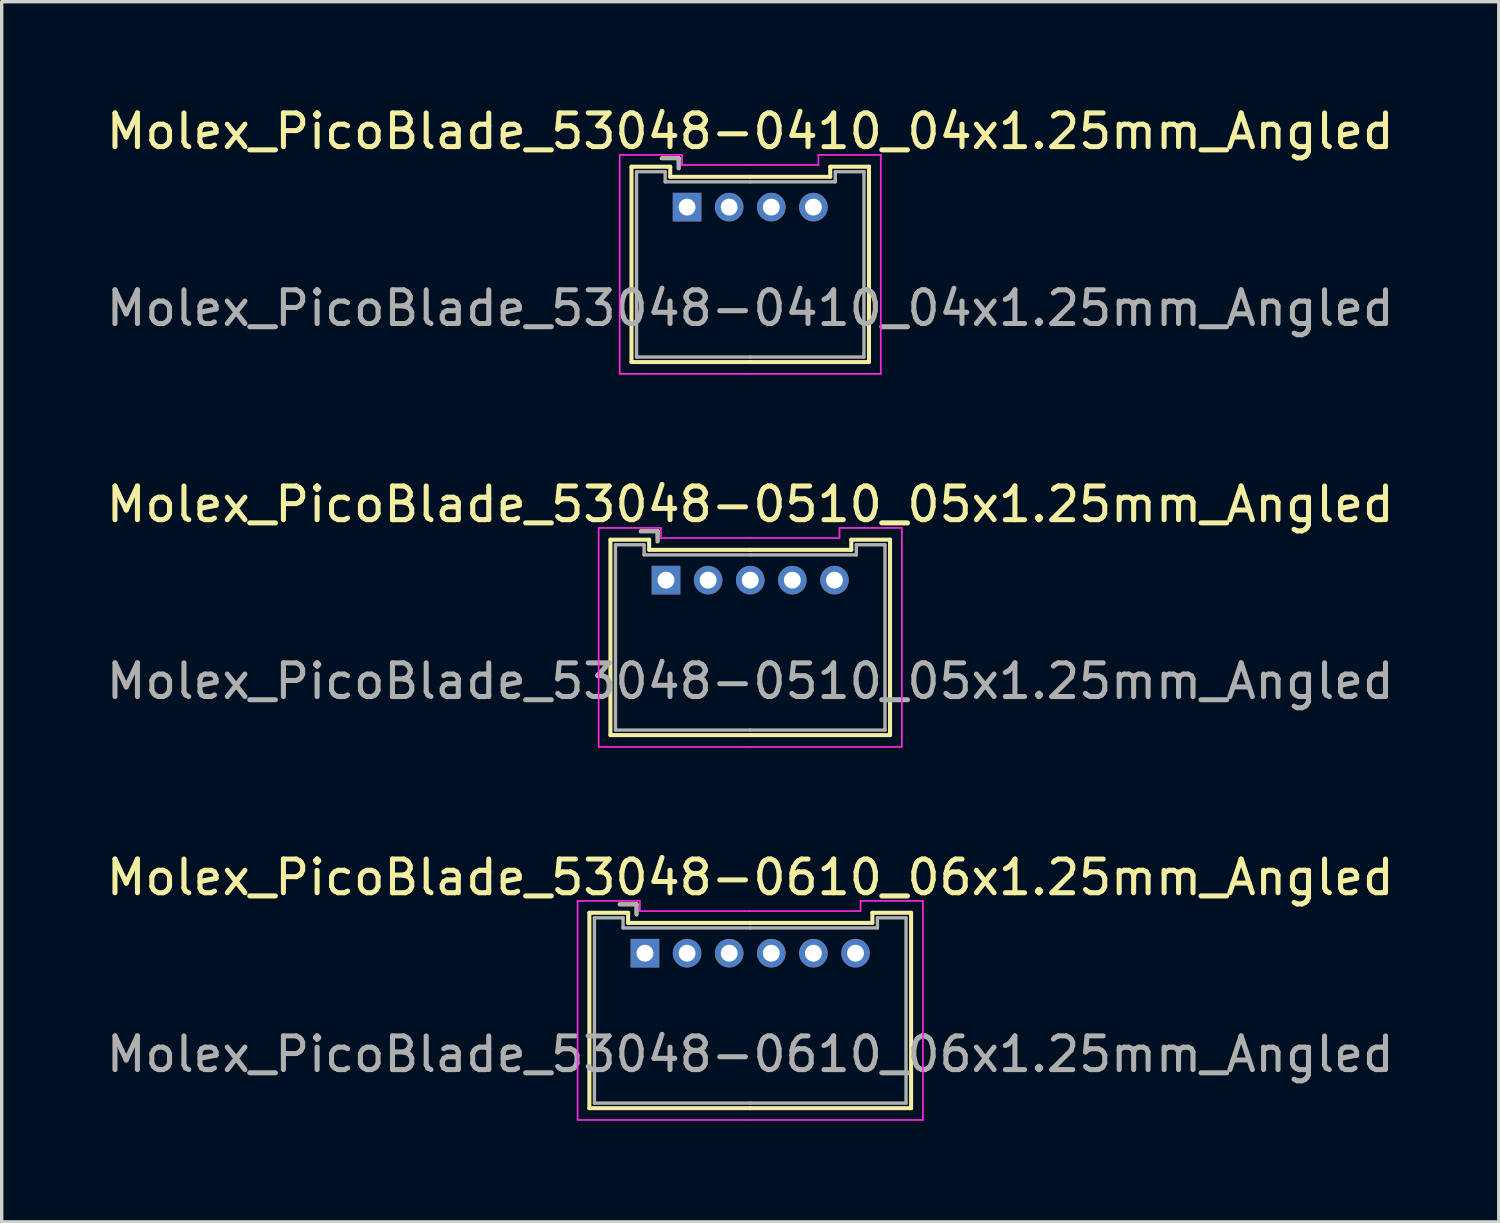
<source format=kicad_pcb>
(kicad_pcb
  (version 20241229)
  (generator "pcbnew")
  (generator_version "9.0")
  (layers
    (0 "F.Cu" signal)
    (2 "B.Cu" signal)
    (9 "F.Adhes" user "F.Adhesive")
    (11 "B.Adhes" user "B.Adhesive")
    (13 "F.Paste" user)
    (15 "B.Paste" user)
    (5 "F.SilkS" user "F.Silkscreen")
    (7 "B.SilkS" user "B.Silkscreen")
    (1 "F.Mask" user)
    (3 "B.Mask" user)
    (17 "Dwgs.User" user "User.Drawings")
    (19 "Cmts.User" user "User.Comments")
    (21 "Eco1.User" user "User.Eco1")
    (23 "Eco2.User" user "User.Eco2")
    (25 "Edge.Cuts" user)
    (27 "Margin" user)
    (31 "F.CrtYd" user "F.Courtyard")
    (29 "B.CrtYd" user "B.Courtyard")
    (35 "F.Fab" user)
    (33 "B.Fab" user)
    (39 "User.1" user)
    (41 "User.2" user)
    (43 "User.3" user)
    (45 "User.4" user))
  (footprint "Molex_PicoBlade_53048-0410_04x1.25mm_Angled"
    (layer "F.Cu")
    (at 17.345 3.098)
    (property "Reference" "Molex_PicoBlade_53048-0410_04x1.25mm_Angled" (at 1.875 -2.25 0) (layer "F.SilkS") (effects (font (size 1 1) (thickness 0.15))))
    (attr through_hole)
    (fp_line (start -1.65 -1.2) (end -1.65 4.6) (stroke (width 0.12) (type solid)) (layer "F.SilkS"))
    (fp_line (start -1.65 4.6) (end 1.875 4.6) (stroke (width 0.12) (type solid)) (layer "F.SilkS"))
    (fp_line (start -0.5 -1.2) (end -1.65 -1.2) (stroke (width 0.12) (type solid)) (layer "F.SilkS"))
    (fp_line (start -0.5 -0.9) (end -0.5 -1.2) (stroke (width 0.12) (type solid)) (layer "F.SilkS"))
    (fp_line (start -0.25 -1.45) (end -0.75 -1.45) (stroke (width 0.12) (type solid)) (layer "F.SilkS"))
    (fp_line (start -0.25 -1.15) (end -0.25 -1.45) (stroke (width 0.12) (type solid)) (layer "F.SilkS"))
    (fp_line (start 1.875 -0.9) (end -0.5 -0.9) (stroke (width 0.12) (type solid)) (layer "F.SilkS"))
    (fp_line (start 1.875 -0.9) (end 4.25 -0.9) (stroke (width 0.12) (type solid)) (layer "F.SilkS"))
    (fp_line (start 4.25 -1.2) (end 5.4 -1.2) (stroke (width 0.12) (type solid)) (layer "F.SilkS"))
    (fp_line (start 4.25 -0.9) (end 4.25 -1.2) (stroke (width 0.12) (type solid)) (layer "F.SilkS"))
    (fp_line (start 5.4 -1.2) (end 5.4 4.6) (stroke (width 0.12) (type solid)) (layer "F.SilkS"))
    (fp_line (start 5.4 4.6) (end 1.875 4.6) (stroke (width 0.12) (type solid)) (layer "F.SilkS"))
    (fp_line (start -2 -1.55) (end -2 4.95) (stroke (width 0.05) (type solid)) (layer "F.CrtYd"))
    (fp_line (start -2 4.95) (end 1.85 4.95) (stroke (width 0.05) (type solid)) (layer "F.CrtYd"))
    (fp_line (start -0.15 -1.55) (end -2 -1.55) (stroke (width 0.05) (type solid)) (layer "F.CrtYd"))
    (fp_line (start -0.15 -1.25) (end -0.15 -1.55) (stroke (width 0.05) (type solid)) (layer "F.CrtYd"))
    (fp_line (start 1.85 -1.25) (end -0.15 -1.25) (stroke (width 0.05) (type solid)) (layer "F.CrtYd"))
    (fp_line (start 1.85 -1.25) (end 3.9 -1.25) (stroke (width 0.05) (type solid)) (layer "F.CrtYd"))
    (fp_line (start 3.9 -1.55) (end 5.75 -1.55) (stroke (width 0.05) (type solid)) (layer "F.CrtYd"))
    (fp_line (start 3.9 -1.25) (end 3.9 -1.55) (stroke (width 0.05) (type solid)) (layer "F.CrtYd"))
    (fp_line (start 5.75 -1.55) (end 5.75 4.95) (stroke (width 0.05) (type solid)) (layer "F.CrtYd"))
    (fp_line (start 5.75 4.95) (end 1.85 4.95) (stroke (width 0.05) (type solid)) (layer "F.CrtYd"))
    (fp_line (start -1.5 -1.05) (end -1.5 4.45) (stroke (width 0.1) (type solid)) (layer "F.Fab"))
    (fp_line (start -1.5 4.45) (end 1.875 4.45) (stroke (width 0.1) (type solid)) (layer "F.Fab"))
    (fp_line (start -0.65 -1.05) (end -1.5 -1.05) (stroke (width 0.1) (type solid)) (layer "F.Fab"))
    (fp_line (start -0.65 -0.75) (end -0.65 -1.05) (stroke (width 0.1) (type solid)) (layer "F.Fab"))
    (fp_line (start -0.25 -1.45) (end -0.75 -1.45) (stroke (width 0.1) (type solid)) (layer "F.Fab"))
    (fp_line (start -0.25 -1.15) (end -0.25 -1.45) (stroke (width 0.1) (type solid)) (layer "F.Fab"))
    (fp_line (start 1.875 -0.75) (end -0.65 -0.75) (stroke (width 0.1) (type solid)) (layer "F.Fab"))
    (fp_line (start 1.875 -0.75) (end 4.4 -0.75) (stroke (width 0.1) (type solid)) (layer "F.Fab"))
    (fp_line (start 4.4 -1.05) (end 5.25 -1.05) (stroke (width 0.1) (type solid)) (layer "F.Fab"))
    (fp_line (start 4.4 -0.75) (end 4.4 -1.05) (stroke (width 0.1) (type solid)) (layer "F.Fab"))
    (fp_line (start 5.25 -1.05) (end 5.25 4.45) (stroke (width 0.1) (type solid)) (layer "F.Fab"))
    (fp_line (start 5.25 4.45) (end 1.875 4.45) (stroke (width 0.1) (type solid)) (layer "F.Fab"))
    (fp_text user "${REFERENCE}" (at 1.875 3 0) (layer "F.Fab") (effects (font (size 1 1) (thickness 0.15))))
    (pad "1" thru_hole rect (at 0 0) (size 0.85 0.85) (drill 0.5) (layers "*.Cu" "*.Mask"))
    (pad "2" thru_hole circle (at 1.25 0) (size 0.85 0.85) (drill 0.5) (layers "*.Cu" "*.Mask"))
    (pad "3" thru_hole circle (at 2.5 0) (size 0.85 0.85) (drill 0.5) (layers "*.Cu" "*.Mask"))
    (pad "4" thru_hole circle (at 3.75 0) (size 0.85 0.85) (drill 0.5) (layers "*.Cu" "*.Mask")))
  (footprint "Molex_PicoBlade_53048-0510_05x1.25mm_Angled"
    (layer "F.Cu")
    (at 16.72 14.171)
    (property "Reference" "Molex_PicoBlade_53048-0510_05x1.25mm_Angled" (at 2.5 -2.25 0) (layer "F.SilkS") (effects (font (size 1 1) (thickness 0.15))))
    (attr through_hole)
    (fp_line (start -1.65 -1.2) (end -1.65 4.6) (stroke (width 0.12) (type solid)) (layer "F.SilkS"))
    (fp_line (start -1.65 4.6) (end 2.5 4.6) (stroke (width 0.12) (type solid)) (layer "F.SilkS"))
    (fp_line (start -0.5 -1.2) (end -1.65 -1.2) (stroke (width 0.12) (type solid)) (layer "F.SilkS"))
    (fp_line (start -0.5 -0.9) (end -0.5 -1.2) (stroke (width 0.12) (type solid)) (layer "F.SilkS"))
    (fp_line (start -0.25 -1.45) (end -0.75 -1.45) (stroke (width 0.12) (type solid)) (layer "F.SilkS"))
    (fp_line (start -0.25 -1.15) (end -0.25 -1.45) (stroke (width 0.12) (type solid)) (layer "F.SilkS"))
    (fp_line (start 2.5 -0.9) (end -0.5 -0.9) (stroke (width 0.12) (type solid)) (layer "F.SilkS"))
    (fp_line (start 2.5 -0.9) (end 5.5 -0.9) (stroke (width 0.12) (type solid)) (layer "F.SilkS"))
    (fp_line (start 5.5 -1.2) (end 6.65 -1.2) (stroke (width 0.12) (type solid)) (layer "F.SilkS"))
    (fp_line (start 5.5 -0.9) (end 5.5 -1.2) (stroke (width 0.12) (type solid)) (layer "F.SilkS"))
    (fp_line (start 6.65 -1.2) (end 6.65 4.6) (stroke (width 0.12) (type solid)) (layer "F.SilkS"))
    (fp_line (start 6.65 4.6) (end 2.5 4.6) (stroke (width 0.12) (type solid)) (layer "F.SilkS"))
    (fp_line (start -2 -1.55) (end -2 4.95) (stroke (width 0.05) (type solid)) (layer "F.CrtYd"))
    (fp_line (start -2 4.95) (end 2.5 4.95) (stroke (width 0.05) (type solid)) (layer "F.CrtYd"))
    (fp_line (start -0.15 -1.55) (end -2 -1.55) (stroke (width 0.05) (type solid)) (layer "F.CrtYd"))
    (fp_line (start -0.15 -1.25) (end -0.15 -1.55) (stroke (width 0.05) (type solid)) (layer "F.CrtYd"))
    (fp_line (start 2.5 -1.25) (end -0.15 -1.25) (stroke (width 0.05) (type solid)) (layer "F.CrtYd"))
    (fp_line (start 2.5 -1.25) (end 5.15 -1.25) (stroke (width 0.05) (type solid)) (layer "F.CrtYd"))
    (fp_line (start 5.15 -1.55) (end 7 -1.55) (stroke (width 0.05) (type solid)) (layer "F.CrtYd"))
    (fp_line (start 5.15 -1.25) (end 5.15 -1.55) (stroke (width 0.05) (type solid)) (layer "F.CrtYd"))
    (fp_line (start 7 -1.55) (end 7 4.95) (stroke (width 0.05) (type solid)) (layer "F.CrtYd"))
    (fp_line (start 7 4.95) (end 2.5 4.95) (stroke (width 0.05) (type solid)) (layer "F.CrtYd"))
    (fp_line (start -1.5 -1.05) (end -1.5 4.45) (stroke (width 0.1) (type solid)) (layer "F.Fab"))
    (fp_line (start -1.5 4.45) (end 2.5 4.45) (stroke (width 0.1) (type solid)) (layer "F.Fab"))
    (fp_line (start -0.65 -1.05) (end -1.5 -1.05) (stroke (width 0.1) (type solid)) (layer "F.Fab"))
    (fp_line (start -0.65 -0.75) (end -0.65 -1.05) (stroke (width 0.1) (type solid)) (layer "F.Fab"))
    (fp_line (start -0.25 -1.45) (end -0.75 -1.45) (stroke (width 0.1) (type solid)) (layer "F.Fab"))
    (fp_line (start -0.25 -1.15) (end -0.25 -1.45) (stroke (width 0.1) (type solid)) (layer "F.Fab"))
    (fp_line (start 2.5 -0.75) (end -0.65 -0.75) (stroke (width 0.1) (type solid)) (layer "F.Fab"))
    (fp_line (start 2.5 -0.75) (end 5.65 -0.75) (stroke (width 0.1) (type solid)) (layer "F.Fab"))
    (fp_line (start 5.65 -1.05) (end 6.5 -1.05) (stroke (width 0.1) (type solid)) (layer "F.Fab"))
    (fp_line (start 5.65 -0.75) (end 5.65 -1.05) (stroke (width 0.1) (type solid)) (layer "F.Fab"))
    (fp_line (start 6.5 -1.05) (end 6.5 4.45) (stroke (width 0.1) (type solid)) (layer "F.Fab"))
    (fp_line (start 6.5 4.45) (end 2.5 4.45) (stroke (width 0.1) (type solid)) (layer "F.Fab"))
    (fp_text user "${REFERENCE}" (at 2.5 3 0) (layer "F.Fab") (effects (font (size 1 1) (thickness 0.15))))
    (pad "1" thru_hole rect (at 0 0) (size 0.85 0.85) (drill 0.5) (layers "*.Cu" "*.Mask"))
    (pad "2" thru_hole circle (at 1.25 0) (size 0.85 0.85) (drill 0.5) (layers "*.Cu" "*.Mask"))
    (pad "3" thru_hole circle (at 2.5 0) (size 0.85 0.85) (drill 0.5) (layers "*.Cu" "*.Mask"))
    (pad "4" thru_hole circle (at 3.75 0) (size 0.85 0.85) (drill 0.5) (layers "*.Cu" "*.Mask"))
    (pad "5" thru_hole circle (at 5 0) (size 0.85 0.85) (drill 0.5) (layers "*.Cu" "*.Mask")))
  (footprint "Molex_PicoBlade_53048-0610_06x1.25mm_Angled"
    (layer "F.Cu")
    (at 16.095 25.245)
    (property "Reference" "Molex_PicoBlade_53048-0610_06x1.25mm_Angled" (at 3.125 -2.25 0) (layer "F.SilkS") (effects (font (size 1 1) (thickness 0.15))))
    (attr through_hole)
    (fp_line (start -1.65 -1.2) (end -1.65 4.6) (stroke (width 0.12) (type solid)) (layer "F.SilkS"))
    (fp_line (start -1.65 4.6) (end 3.125 4.6) (stroke (width 0.12) (type solid)) (layer "F.SilkS"))
    (fp_line (start -0.5 -1.2) (end -1.65 -1.2) (stroke (width 0.12) (type solid)) (layer "F.SilkS"))
    (fp_line (start -0.5 -0.9) (end -0.5 -1.2) (stroke (width 0.12) (type solid)) (layer "F.SilkS"))
    (fp_line (start -0.25 -1.45) (end -0.75 -1.45) (stroke (width 0.12) (type solid)) (layer "F.SilkS"))
    (fp_line (start -0.25 -1.15) (end -0.25 -1.45) (stroke (width 0.12) (type solid)) (layer "F.SilkS"))
    (fp_line (start 3.125 -0.9) (end -0.5 -0.9) (stroke (width 0.12) (type solid)) (layer "F.SilkS"))
    (fp_line (start 3.125 -0.9) (end 6.75 -0.9) (stroke (width 0.12) (type solid)) (layer "F.SilkS"))
    (fp_line (start 6.75 -1.2) (end 7.9 -1.2) (stroke (width 0.12) (type solid)) (layer "F.SilkS"))
    (fp_line (start 6.75 -0.9) (end 6.75 -1.2) (stroke (width 0.12) (type solid)) (layer "F.SilkS"))
    (fp_line (start 7.9 -1.2) (end 7.9 4.6) (stroke (width 0.12) (type solid)) (layer "F.SilkS"))
    (fp_line (start 7.9 4.6) (end 3.125 4.6) (stroke (width 0.12) (type solid)) (layer "F.SilkS"))
    (fp_line (start -2 -1.55) (end -2 4.95) (stroke (width 0.05) (type solid)) (layer "F.CrtYd"))
    (fp_line (start -2 4.95) (end 3.1 4.95) (stroke (width 0.05) (type solid)) (layer "F.CrtYd"))
    (fp_line (start -0.15 -1.55) (end -2 -1.55) (stroke (width 0.05) (type solid)) (layer "F.CrtYd"))
    (fp_line (start -0.15 -1.25) (end -0.15 -1.55) (stroke (width 0.05) (type solid)) (layer "F.CrtYd"))
    (fp_line (start 3.1 -1.25) (end -0.15 -1.25) (stroke (width 0.05) (type solid)) (layer "F.CrtYd"))
    (fp_line (start 3.1 -1.25) (end 6.4 -1.25) (stroke (width 0.05) (type solid)) (layer "F.CrtYd"))
    (fp_line (start 6.4 -1.55) (end 8.25 -1.55) (stroke (width 0.05) (type solid)) (layer "F.CrtYd"))
    (fp_line (start 6.4 -1.25) (end 6.4 -1.55) (stroke (width 0.05) (type solid)) (layer "F.CrtYd"))
    (fp_line (start 8.25 -1.55) (end 8.25 4.95) (stroke (width 0.05) (type solid)) (layer "F.CrtYd"))
    (fp_line (start 8.25 4.95) (end 3.1 4.95) (stroke (width 0.05) (type solid)) (layer "F.CrtYd"))
    (fp_line (start -1.5 -1.05) (end -1.5 4.45) (stroke (width 0.1) (type solid)) (layer "F.Fab"))
    (fp_line (start -1.5 4.45) (end 3.125 4.45) (stroke (width 0.1) (type solid)) (layer "F.Fab"))
    (fp_line (start -0.65 -1.05) (end -1.5 -1.05) (stroke (width 0.1) (type solid)) (layer "F.Fab"))
    (fp_line (start -0.65 -0.75) (end -0.65 -1.05) (stroke (width 0.1) (type solid)) (layer "F.Fab"))
    (fp_line (start -0.25 -1.45) (end -0.75 -1.45) (stroke (width 0.1) (type solid)) (layer "F.Fab"))
    (fp_line (start -0.25 -1.15) (end -0.25 -1.45) (stroke (width 0.1) (type solid)) (layer "F.Fab"))
    (fp_line (start 3.125 -0.75) (end -0.65 -0.75) (stroke (width 0.1) (type solid)) (layer "F.Fab"))
    (fp_line (start 3.125 -0.75) (end 6.9 -0.75) (stroke (width 0.1) (type solid)) (layer "F.Fab"))
    (fp_line (start 6.9 -1.05) (end 7.75 -1.05) (stroke (width 0.1) (type solid)) (layer "F.Fab"))
    (fp_line (start 6.9 -0.75) (end 6.9 -1.05) (stroke (width 0.1) (type solid)) (layer "F.Fab"))
    (fp_line (start 7.75 -1.05) (end 7.75 4.45) (stroke (width 0.1) (type solid)) (layer "F.Fab"))
    (fp_line (start 7.75 4.45) (end 3.125 4.45) (stroke (width 0.1) (type solid)) (layer "F.Fab"))
    (fp_text user "${REFERENCE}" (at 3.125 3 0) (layer "F.Fab") (effects (font (size 1 1) (thickness 0.15))))
    (pad "1" thru_hole rect (at 0 0) (size 0.85 0.85) (drill 0.5) (layers "*.Cu" "*.Mask"))
    (pad "2" thru_hole circle (at 1.25 0) (size 0.85 0.85) (drill 0.5) (layers "*.Cu" "*.Mask"))
    (pad "3" thru_hole circle (at 2.5 0) (size 0.85 0.85) (drill 0.5) (layers "*.Cu" "*.Mask"))
    (pad "4" thru_hole circle (at 3.75 0) (size 0.85 0.85) (drill 0.5) (layers "*.Cu" "*.Mask"))
    (pad "5" thru_hole circle (at 5 0) (size 0.85 0.85) (drill 0.5) (layers "*.Cu" "*.Mask"))
    (pad "6" thru_hole circle (at 6.25 0) (size 0.85 0.85) (drill 0.5) (layers "*.Cu" "*.Mask")))
  (gr_rect
    (start -3 -3)
    (end 41.44 33.22)
    (stroke (width 0.1) (type default))
    (fill no)
    (layer "Edge.Cuts")))
</source>
